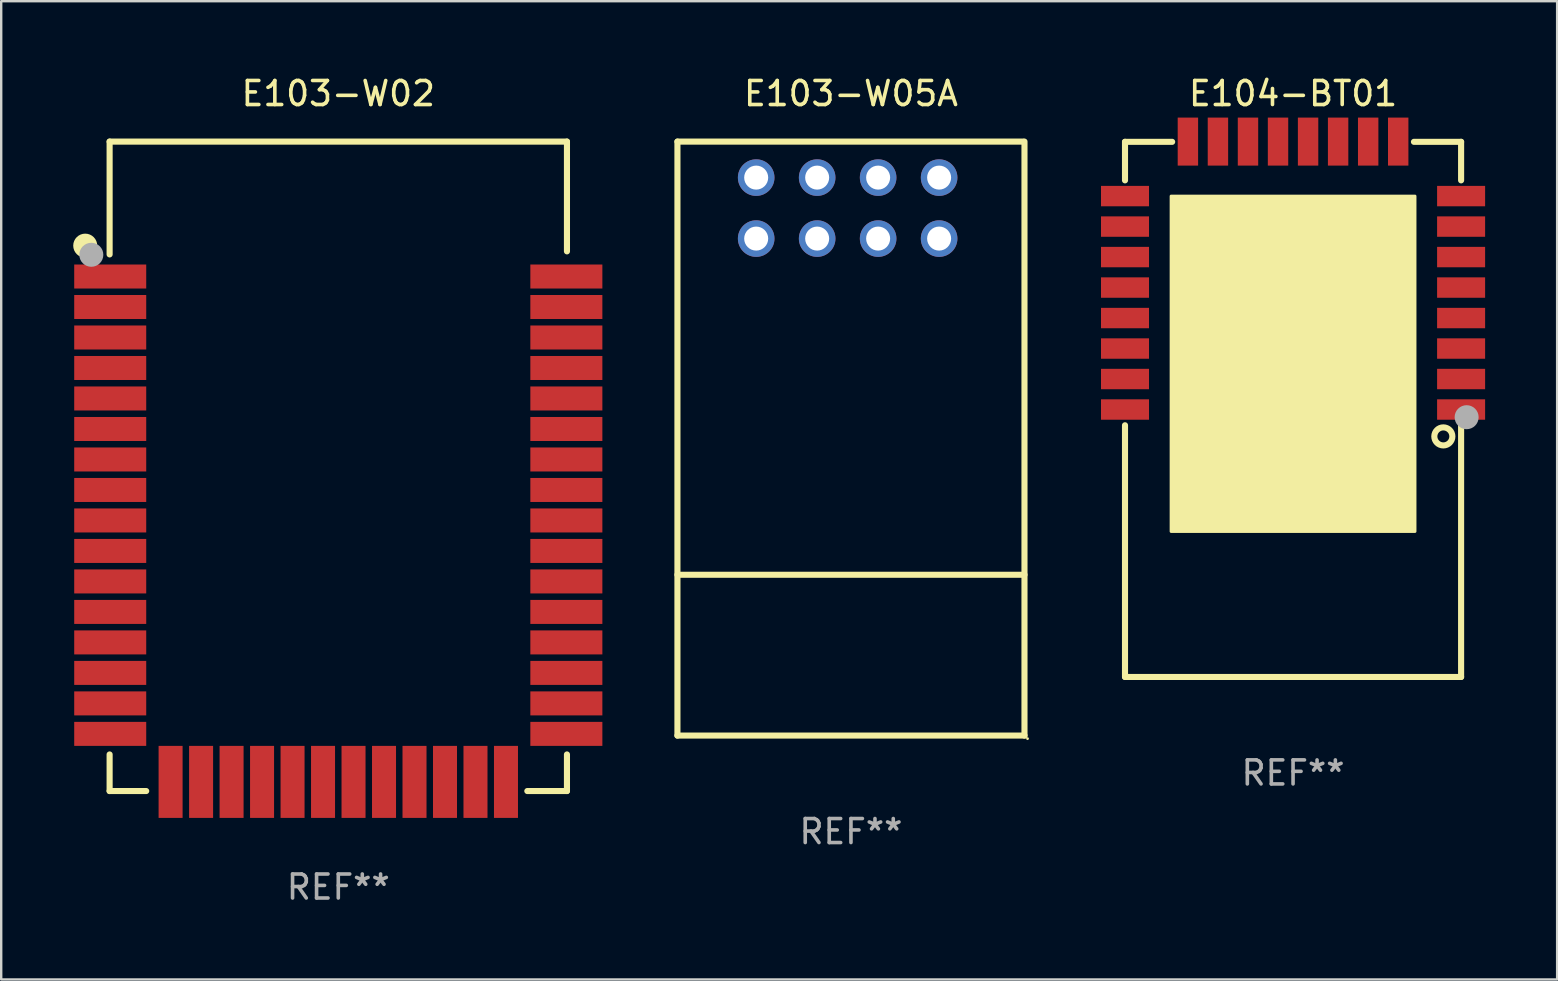
<source format=kicad_pcb>
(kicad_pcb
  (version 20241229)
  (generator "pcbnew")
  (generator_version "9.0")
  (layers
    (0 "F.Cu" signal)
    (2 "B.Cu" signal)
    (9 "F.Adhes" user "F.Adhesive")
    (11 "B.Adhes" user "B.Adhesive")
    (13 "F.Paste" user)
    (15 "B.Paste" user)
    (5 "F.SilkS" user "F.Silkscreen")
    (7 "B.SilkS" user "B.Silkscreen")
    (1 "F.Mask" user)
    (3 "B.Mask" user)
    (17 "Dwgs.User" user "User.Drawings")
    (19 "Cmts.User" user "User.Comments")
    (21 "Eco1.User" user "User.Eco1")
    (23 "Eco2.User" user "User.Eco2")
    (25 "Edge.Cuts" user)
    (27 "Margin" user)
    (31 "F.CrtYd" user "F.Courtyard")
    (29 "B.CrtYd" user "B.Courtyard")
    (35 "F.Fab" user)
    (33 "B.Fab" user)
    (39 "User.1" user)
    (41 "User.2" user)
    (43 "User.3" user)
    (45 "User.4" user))
  (footprint "E103-W05A"
    (layer "F.Cu")
    (at 32.396 15.219)
    (property "Reference" "E103-W05A" (at 0 -14.371 0) (layer "F.SilkS") (effects (font (size 1 1) (thickness 0.15))))
    (attr through_hole)
    (fp_line (start -7.228 -12.371) (end -7.228 12.371) (stroke (width 0.254) (type solid)) (layer "F.SilkS"))
    (fp_line (start -7.228 5.672) (end 7.228 5.672) (stroke (width 0.254) (type solid)) (layer "F.SilkS"))
    (fp_line (start -7.228 12.371) (end 7.228 12.371) (stroke (width 0.254) (type solid)) (layer "F.SilkS"))
    (fp_line (start 7.172 -12.371) (end -7.228 -12.371) (stroke (width 0.254) (type solid)) (layer "F.SilkS"))
    (fp_line (start 7.228 12.371) (end 7.228 -12.371) (stroke (width 0.254) (type solid)) (layer "F.SilkS"))
    (fp_circle (center 7.355 12.498) (end 7.385 12.498) (stroke (width 0.06) (type solid)) (fill no) (layer "F.SilkS"))
    (fp_text user "REF**" (at 0 16.371 0) (layer "F.Fab") (effects (font (size 1 1) (thickness 0.15))))
    (pad "1" thru_hole circle (at 3.672 -8.331) (size 1.524 1.524) (drill 1) (layers "*.Cu" "*.Mask"))
    (pad "2" thru_hole circle (at 1.132 -8.331) (size 1.524 1.524) (drill 1) (layers "*.Cu" "*.Mask"))
    (pad "3" thru_hole circle (at -1.408 -8.331) (size 1.524 1.524) (drill 1) (layers "*.Cu" "*.Mask"))
    (pad "4" thru_hole circle (at -3.948 -8.331) (size 1.524 1.524) (drill 1) (layers "*.Cu" "*.Mask"))
    (pad "5" thru_hole circle (at 3.672 -10.871) (size 1.524 1.524) (drill 1) (layers "*.Cu" "*.Mask"))
    (pad "6" thru_hole circle (at 1.132 -10.871) (size 1.524 1.524) (drill 1) (layers "*.Cu" "*.Mask"))
    (pad "7" thru_hole circle (at -1.408 -10.871) (size 1.524 1.524) (drill 1) (layers "*.Cu" "*.Mask"))
    (pad "8" thru_hole circle (at -3.948 -10.871) (size 1.524 1.524) (drill 1) (layers "*.Cu" "*.Mask")))
  (footprint "E103-W02"
    (layer "F.Cu")
    (at 11.041 16.374)
    (property "Reference" "E103-W02" (at 0 -15.526 0) (layer "F.SilkS") (effects (font (size 1 1) (thickness 0.15))))
    (attr through_hole)
    (fp_line (start -9.525 -13.526) (end 9.525 -13.526) (stroke (width 0.254) (type solid)) (layer "F.SilkS"))
    (fp_line (start -9.525 -8.827) (end -9.525 -13.526) (stroke (width 0.254) (type solid)) (layer "F.SilkS"))
    (fp_line (start -9.525 12.002) (end -9.525 13.526) (stroke (width 0.254) (type solid)) (layer "F.SilkS"))
    (fp_line (start -9.525 13.526) (end -8.001 13.526) (stroke (width 0.254) (type solid)) (layer "F.SilkS"))
    (fp_line (start 7.874 13.526) (end 9.525 13.526) (stroke (width 0.254) (type solid)) (layer "F.SilkS"))
    (fp_line (start 9.525 -13.526) (end 9.525 -8.954) (stroke (width 0.254) (type solid)) (layer "F.SilkS"))
    (fp_line (start 9.525 13.526) (end 9.525 12.002) (stroke (width 0.254) (type solid)) (layer "F.SilkS"))
    (fp_circle (center -10.541 -9.192) (end -10.291 -9.192) (stroke (width 0.5) (type solid)) (fill no) (layer "F.SilkS"))
    (fp_circle (center -9.5 -13.526) (end -9.47 -13.526) (stroke (width 0.06) (type solid)) (fill no) (layer "F.SilkS"))
    (fp_circle (center -10.287 -8.811) (end -10.037 -8.811) (stroke (width 0.5) (type solid)) (fill no) (layer "F.Fab"))
    (fp_text user "REF**" (at 0 17.526 0) (layer "F.Fab") (effects (font (size 1 1) (thickness 0.15))))
    (pad "1" smd rect (at -9.5 -7.906) (size 3 1) (layers "F.Cu" "F.Mask" "F.Paste"))
    (pad "2" smd rect (at -9.5 -6.636) (size 3 1) (layers "F.Cu" "F.Mask" "F.Paste"))
    (pad "3" smd rect (at -9.5 -5.366) (size 3 1) (layers "F.Cu" "F.Mask" "F.Paste"))
    (pad "4" smd rect (at -9.5 -4.096) (size 3 1) (layers "F.Cu" "F.Mask" "F.Paste"))
    (pad "5" smd rect (at -9.5 -2.826) (size 3 1) (layers "F.Cu" "F.Mask" "F.Paste"))
    (pad "6" smd rect (at -9.5 -1.555) (size 3 1) (layers "F.Cu" "F.Mask" "F.Paste"))
    (pad "7" smd rect (at -9.5 -0.285) (size 3 1) (layers "F.Cu" "F.Mask" "F.Paste"))
    (pad "8" smd rect (at -9.5 0.985) (size 3 1) (layers "F.Cu" "F.Mask" "F.Paste"))
    (pad "9" smd rect (at -9.5 2.255) (size 3 1) (layers "F.Cu" "F.Mask" "F.Paste"))
    (pad "10" smd rect (at -9.5 3.525) (size 3 1) (layers "F.Cu" "F.Mask" "F.Paste"))
    (pad "11" smd rect (at -9.5 4.795) (size 3 1) (layers "F.Cu" "F.Mask" "F.Paste"))
    (pad "12" smd rect (at -9.5 6.065) (size 3 1) (layers "F.Cu" "F.Mask" "F.Paste"))
    (pad "13" smd rect (at -9.5 7.335) (size 3 1) (layers "F.Cu" "F.Mask" "F.Paste"))
    (pad "14" smd rect (at -9.5 8.605) (size 3 1) (layers "F.Cu" "F.Mask" "F.Paste"))
    (pad "15" smd rect (at -9.5 9.875) (size 3 1) (layers "F.Cu" "F.Mask" "F.Paste"))
    (pad "16" smd rect (at -9.5 11.145) (size 3 1) (layers "F.Cu" "F.Mask" "F.Paste"))
    (pad "17" smd rect (at -6.985 13.145 90) (size 3 1) (layers "F.Cu" "F.Mask" "F.Paste"))
    (pad "18" smd rect (at -5.715 13.145 90) (size 3 1) (layers "F.Cu" "F.Mask" "F.Paste"))
    (pad "19" smd rect (at -4.445 13.145 90) (size 3 1) (layers "F.Cu" "F.Mask" "F.Paste"))
    (pad "20" smd rect (at -3.175 13.145 90) (size 3 1) (layers "F.Cu" "F.Mask" "F.Paste"))
    (pad "21" smd rect (at -1.905 13.145 90) (size 3 1) (layers "F.Cu" "F.Mask" "F.Paste"))
    (pad "22" smd rect (at -0.635 13.145 90) (size 3 1) (layers "F.Cu" "F.Mask" "F.Paste"))
    (pad "23" smd rect (at 0.635 13.145 90) (size 3 1) (layers "F.Cu" "F.Mask" "F.Paste"))
    (pad "24" smd rect (at 1.905 13.145 90) (size 3 1) (layers "F.Cu" "F.Mask" "F.Paste"))
    (pad "25" smd rect (at 3.175 13.145 90) (size 3 1) (layers "F.Cu" "F.Mask" "F.Paste"))
    (pad "26" smd rect (at 4.445 13.145 90) (size 3 1) (layers "F.Cu" "F.Mask" "F.Paste"))
    (pad "27" smd rect (at 5.715 13.145 90) (size 3 1) (layers "F.Cu" "F.Mask" "F.Paste"))
    (pad "28" smd rect (at 6.985 13.145 90) (size 3 1) (layers "F.Cu" "F.Mask" "F.Paste"))
    (pad "29" smd rect (at 9.5 11.145 180) (size 3 1) (layers "F.Cu" "F.Mask" "F.Paste"))
    (pad "30" smd rect (at 9.5 9.875 180) (size 3 1) (layers "F.Cu" "F.Mask" "F.Paste"))
    (pad "31" smd rect (at 9.5 8.605 180) (size 3 1) (layers "F.Cu" "F.Mask" "F.Paste"))
    (pad "32" smd rect (at 9.5 7.335 180) (size 3 1) (layers "F.Cu" "F.Mask" "F.Paste"))
    (pad "33" smd rect (at 9.5 6.065 180) (size 3 1) (layers "F.Cu" "F.Mask" "F.Paste"))
    (pad "34" smd rect (at 9.5 4.795 180) (size 3 1) (layers "F.Cu" "F.Mask" "F.Paste"))
    (pad "35" smd rect (at 9.5 3.525 180) (size 3 1) (layers "F.Cu" "F.Mask" "F.Paste"))
    (pad "36" smd rect (at 9.5 2.255 180) (size 3 1) (layers "F.Cu" "F.Mask" "F.Paste"))
    (pad "37" smd rect (at 9.5 0.985 180) (size 3 1) (layers "F.Cu" "F.Mask" "F.Paste"))
    (pad "38" smd rect (at 9.5 -0.285 180) (size 3 1) (layers "F.Cu" "F.Mask" "F.Paste"))
    (pad "39" smd rect (at 9.5 -1.555 180) (size 3 1) (layers "F.Cu" "F.Mask" "F.Paste"))
    (pad "40" smd rect (at 9.5 -2.826 180) (size 3 1) (layers "F.Cu" "F.Mask" "F.Paste"))
    (pad "41" smd rect (at 9.5 -4.096 180) (size 3 1) (layers "F.Cu" "F.Mask" "F.Paste"))
    (pad "42" smd rect (at 9.5 -5.366 180) (size 3 1) (layers "F.Cu" "F.Mask" "F.Paste"))
    (pad "43" smd rect (at 9.5 -6.636 180) (size 3 1) (layers "F.Cu" "F.Mask" "F.Paste"))
    (pad "44" smd rect (at 9.5 -7.906 180) (size 3 1) (layers "F.Cu" "F.Mask" "F.Paste")))
  (footprint "E104-BT01"
    (layer "F.Cu")
    (at 50.811 13.998)
    (property "Reference" "E104-BT01" (at 0 -13.15 0) (layer "F.SilkS") (effects (font (size 1 1) (thickness 0.15))))
    (attr through_hole)
    (fp_line (start -7 -11.14) (end -5.036 -11.14) (stroke (width 0.254) (type solid)) (layer "F.SilkS"))
    (fp_line (start -7 -9.536) (end -7 -11.14) (stroke (width 0.254) (type solid)) (layer "F.SilkS"))
    (fp_line (start -7 11.15) (end -7 0.666) (stroke (width 0.254) (type solid)) (layer "F.SilkS"))
    (fp_line (start -7 11.15) (end 7 11.15) (stroke (width 0.254) (type solid)) (layer "F.SilkS"))
    (fp_line (start 5.036 -11.14) (end 7 -11.14) (stroke (width 0.254) (type solid)) (layer "F.SilkS"))
    (fp_line (start 7 -11.14) (end 7 -9.536) (stroke (width 0.254) (type solid)) (layer "F.SilkS"))
    (fp_line (start 7 0.666) (end 7 11.15) (stroke (width 0.254) (type solid)) (layer "F.SilkS"))
    (fp_circle (center 6.26 1.13) (end 6.636 1.13) (stroke (width 0.254) (type solid)) (fill no) (layer "F.SilkS"))
    (fp_circle (center 7 11.15) (end 7.03 11.15) (stroke (width 0.06) (type solid)) (fill no) (layer "F.SilkS"))
    (fp_poly (pts (xy -5.08 -8.88) (xy 5.08 -8.88) (xy 5.08 5.09) (xy -5.08 5.09)) (stroke (width 0.12) (type solid)) (fill yes) (layer "F.SilkS"))
    (fp_circle (center 7.23 0.33) (end 7.48 0.33) (stroke (width 0.5) (type solid)) (fill no) (layer "F.Fab"))
    (fp_text user "REF**" (at 0 15.15 0) (layer "F.Fab") (effects (font (size 1 1) (thickness 0.15))))
    (pad "1" smd rect (at 7 0.01 90) (size 0.85 2) (layers "F.Cu" "F.Mask" "F.Paste"))
    (pad "2" smd rect (at 7 -1.26 90) (size 0.85 2) (layers "F.Cu" "F.Mask" "F.Paste"))
    (pad "3" smd rect (at 7 -2.53 90) (size 0.85 2) (layers "F.Cu" "F.Mask" "F.Paste"))
    (pad "4" smd rect (at 7 -3.8 90) (size 0.85 2) (layers "F.Cu" "F.Mask" "F.Paste"))
    (pad "5" smd rect (at 7 -5.07 90) (size 0.85 2) (layers "F.Cu" "F.Mask" "F.Paste"))
    (pad "6" smd rect (at 7 -6.34 90) (size 0.85 2) (layers "F.Cu" "F.Mask" "F.Paste"))
    (pad "7" smd rect (at 7 -7.61 90) (size 0.85 2) (layers "F.Cu" "F.Mask" "F.Paste"))
    (pad "8" smd rect (at 7 -8.88 90) (size 0.85 2) (layers "F.Cu" "F.Mask" "F.Paste"))
    (pad "9" smd rect (at 4.38 -11.15 180) (size 0.85 2) (layers "F.Cu" "F.Mask" "F.Paste"))
    (pad "10" smd rect (at 3.129 -11.15 180) (size 0.85 2) (layers "F.Cu" "F.Mask" "F.Paste"))
    (pad "11" smd rect (at 1.877 -11.15 180) (size 0.85 2) (layers "F.Cu" "F.Mask" "F.Paste"))
    (pad "12" smd rect (at 0.626 -11.15 180) (size 0.85 2) (layers "F.Cu" "F.Mask" "F.Paste"))
    (pad "13" smd rect (at -0.626 -11.15 180) (size 0.85 2) (layers "F.Cu" "F.Mask" "F.Paste"))
    (pad "14" smd rect (at -1.877 -11.15 180) (size 0.85 2) (layers "F.Cu" "F.Mask" "F.Paste"))
    (pad "15" smd rect (at -3.129 -11.15 180) (size 0.85 2) (layers "F.Cu" "F.Mask" "F.Paste"))
    (pad "16" smd rect (at -4.38 -11.15 180) (size 0.85 2) (layers "F.Cu" "F.Mask" "F.Paste"))
    (pad "17" smd rect (at -7 -8.88 270) (size 0.85 2) (layers "F.Cu" "F.Mask" "F.Paste"))
    (pad "18" smd rect (at -7 -7.61 270) (size 0.85 2) (layers "F.Cu" "F.Mask" "F.Paste"))
    (pad "19" smd rect (at -7 -6.34 270) (size 0.85 2) (layers "F.Cu" "F.Mask" "F.Paste"))
    (pad "20" smd rect (at -7 -5.07 270) (size 0.85 2) (layers "F.Cu" "F.Mask" "F.Paste"))
    (pad "21" smd rect (at -7 -3.8 270) (size 0.85 2) (layers "F.Cu" "F.Mask" "F.Paste"))
    (pad "22" smd rect (at -7 -2.53 270) (size 0.85 2) (layers "F.Cu" "F.Mask" "F.Paste"))
    (pad "23" smd rect (at -7 -1.26 270) (size 0.85 2) (layers "F.Cu" "F.Mask" "F.Paste"))
    (pad "24" smd rect (at -7 0.01 270) (size 0.85 2) (layers "F.Cu" "F.Mask" "F.Paste")))
  (gr_rect
    (start -3 -3)
    (end 61.811 37.748)
    (stroke (width 0.1) (type default))
    (fill no)
    (layer "Edge.Cuts")))
</source>
